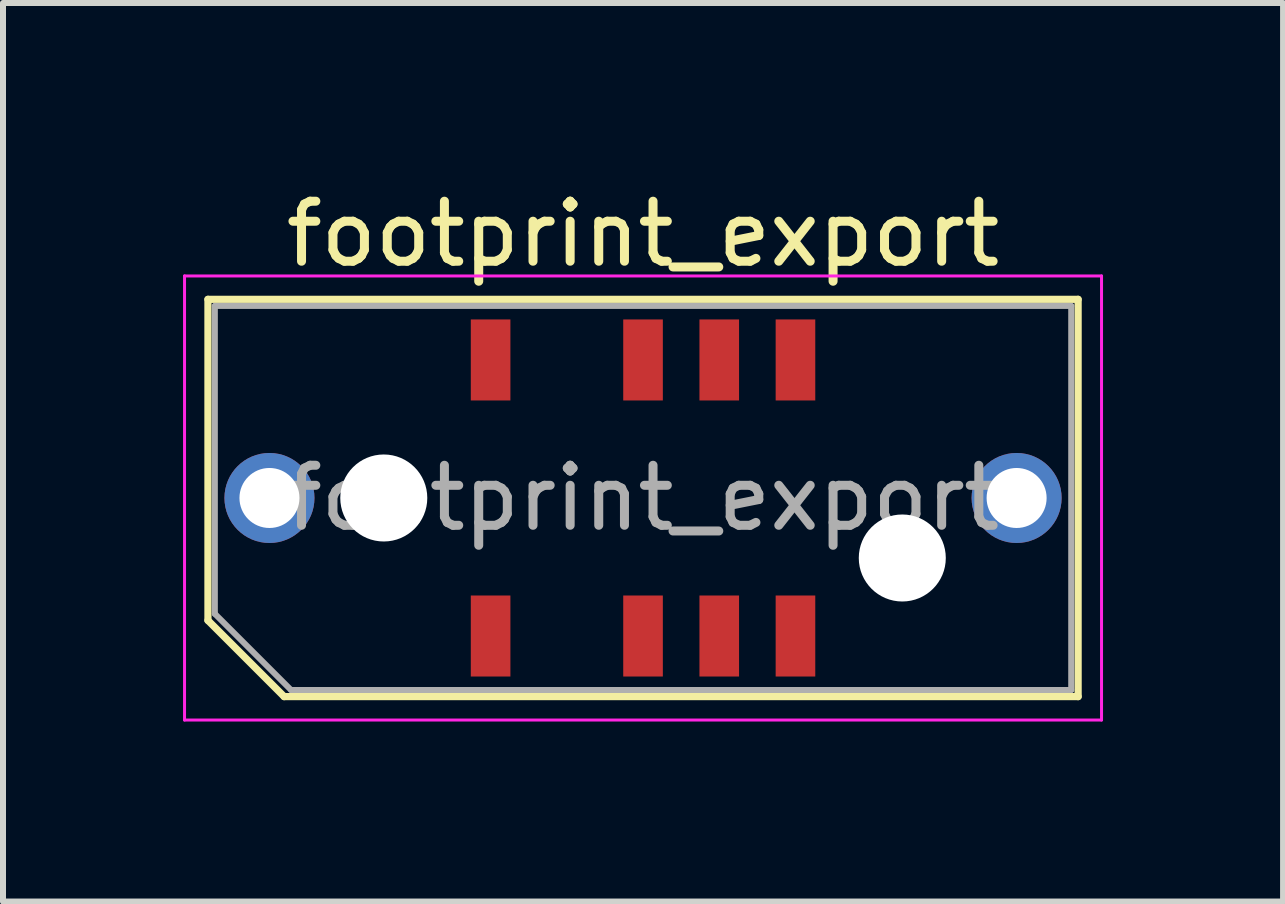
<source format=kicad_pcb>
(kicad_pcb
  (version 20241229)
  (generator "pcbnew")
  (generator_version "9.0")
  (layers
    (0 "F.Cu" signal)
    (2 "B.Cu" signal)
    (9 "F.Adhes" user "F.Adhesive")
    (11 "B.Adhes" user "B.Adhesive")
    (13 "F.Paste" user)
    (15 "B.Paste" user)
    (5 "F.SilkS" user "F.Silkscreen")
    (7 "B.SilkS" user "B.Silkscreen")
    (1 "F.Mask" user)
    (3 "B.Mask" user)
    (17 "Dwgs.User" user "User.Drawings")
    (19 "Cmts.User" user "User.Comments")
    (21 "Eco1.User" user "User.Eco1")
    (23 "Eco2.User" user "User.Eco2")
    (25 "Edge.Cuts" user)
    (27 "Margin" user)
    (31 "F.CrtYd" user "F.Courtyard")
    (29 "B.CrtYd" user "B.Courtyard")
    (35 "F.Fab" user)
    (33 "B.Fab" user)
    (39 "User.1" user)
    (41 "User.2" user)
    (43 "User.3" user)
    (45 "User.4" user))
  (footprint "footprint_export"
    (layer "F.Cu")
    (at 7.665 5.248)
    (property "Reference" "footprint_export" (at 0 -4.4 0) (layer "F.SilkS") (effects (font (size 1 1) (thickness 0.15))))
    (attr smd)
    (fp_line (start -7.25 -3.31) (end 7.25 -3.31) (stroke (width 0.12) (type solid)) (layer "F.SilkS"))
    (fp_line (start -7.25 2.04) (end -7.25 -3.31) (stroke (width 0.12) (type solid)) (layer "F.SilkS"))
    (fp_line (start -5.98 3.31) (end -7.25 2.04) (stroke (width 0.12) (type solid)) (layer "F.SilkS"))
    (fp_line (start -5.98 3.31) (end 7.25 3.31) (stroke (width 0.12) (type solid)) (layer "F.SilkS"))
    (fp_line (start 7.25 3.31) (end 7.25 -3.31) (stroke (width 0.12) (type solid)) (layer "F.SilkS"))
    (fp_line (start -7.64 -3.7) (end -7.64 3.7) (stroke (width 0.05) (type solid)) (layer "F.CrtYd"))
    (fp_line (start -7.64 3.7) (end 7.64 3.7) (stroke (width 0.05) (type solid)) (layer "F.CrtYd"))
    (fp_line (start 7.64 -3.7) (end -7.64 -3.7) (stroke (width 0.05) (type solid)) (layer "F.CrtYd"))
    (fp_line (start 7.64 3.7) (end 7.64 -3.7) (stroke (width 0.05) (type solid)) (layer "F.CrtYd"))
    (fp_line (start -7.135 -3.2) (end 7.135 -3.2) (stroke (width 0.1) (type solid)) (layer "F.Fab"))
    (fp_line (start -7.135 1.93) (end -7.135 -3.2) (stroke (width 0.1) (type solid)) (layer "F.Fab"))
    (fp_line (start -7.135 1.93) (end -5.865 3.2) (stroke (width 0.1) (type solid)) (layer "F.Fab"))
    (fp_line (start -5.865 3.2) (end 7.135 3.2) (stroke (width 0.1) (type solid)) (layer "F.Fab"))
    (fp_line (start 7.135 3.2) (end 7.135 -3.2) (stroke (width 0.1) (type solid)) (layer "F.Fab"))
    (fp_text user "${REFERENCE}" (at 0 0 0) (layer "F.Fab") (effects (font (size 1 1) (thickness 0.15))))
    (pad "" thru_hole circle (at -6.225 0) (size 1.5 1.5) (drill 1) (layers "*.Cu" "*.Mask"))
    (pad "" np_thru_hole circle (at -4.32 0) (size 1.45 1.45) (drill 1.45) (layers "*.Cu" "*.Mask"))
    (pad "" np_thru_hole circle (at 4.32 1) (size 1.45 1.45) (drill 1.45) (layers "*.Cu" "*.Mask"))
    (pad "" thru_hole circle (at 6.225 0) (size 1.5 1.5) (drill 1) (layers "*.Cu" "*.Mask"))
    (pad "1" smd rect (at -2.54 2.3) (size 0.66 1.35) (layers "F.Cu" "F.Mask" "F.Paste"))
    (pad "2" smd rect (at -2.54 -2.3) (size 0.66 1.35) (layers "F.Cu" "F.Mask" "F.Paste"))
    (pad "5" smd rect (at 0 2.3) (size 0.66 1.35) (layers "F.Cu" "F.Mask" "F.Paste"))
    (pad "6" smd rect (at 0 -2.3) (size 0.66 1.35) (layers "F.Cu" "F.Mask" "F.Paste"))
    (pad "7" smd rect (at 1.27 2.3) (size 0.66 1.35) (layers "F.Cu" "F.Mask" "F.Paste"))
    (pad "8" smd rect (at 1.27 -2.3) (size 0.66 1.35) (layers "F.Cu" "F.Mask" "F.Paste"))
    (pad "9" smd rect (at 2.54 2.3) (size 0.66 1.35) (layers "F.Cu" "F.Mask" "F.Paste"))
    (pad "10" smd rect (at 2.54 -2.3) (size 0.66 1.35) (layers "F.Cu" "F.Mask" "F.Paste")))
  (gr_rect
    (start -3 -3)
    (end 18.33 11.973)
    (stroke (width 0.1) (type default))
    (fill no)
    (layer "Edge.Cuts")))
</source>
